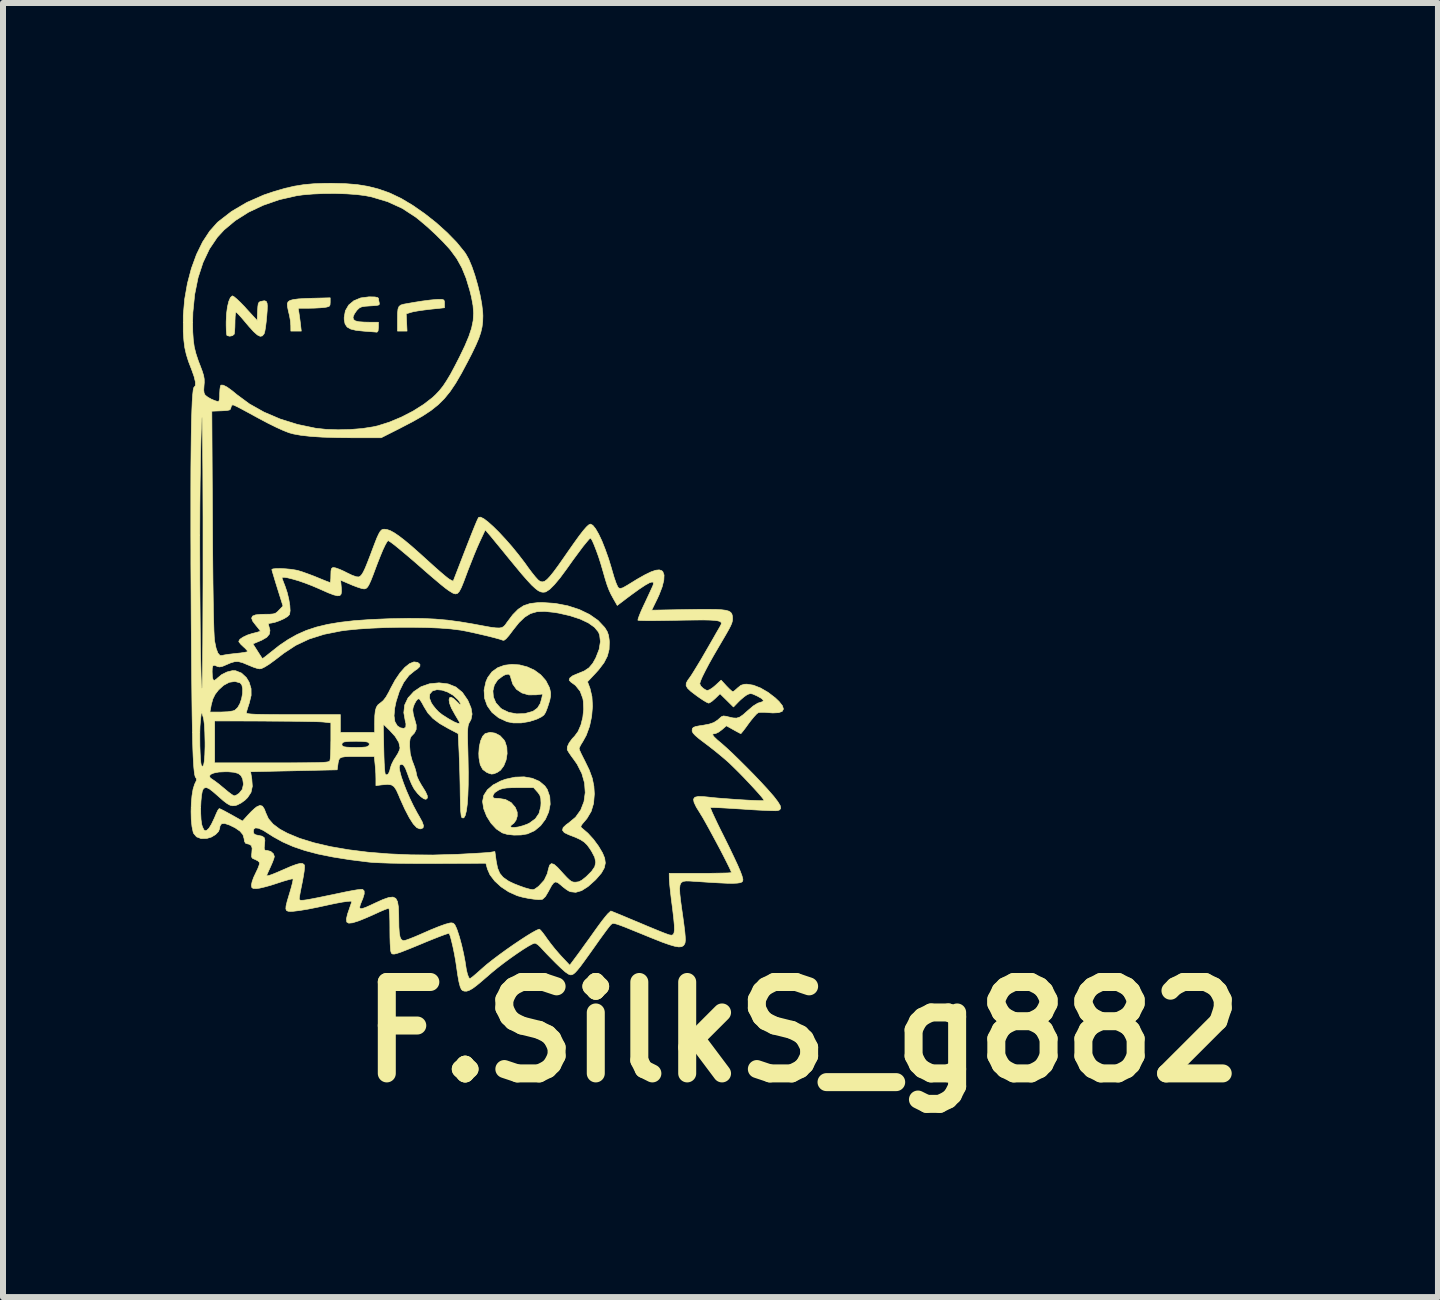
<source format=kicad_pcb>
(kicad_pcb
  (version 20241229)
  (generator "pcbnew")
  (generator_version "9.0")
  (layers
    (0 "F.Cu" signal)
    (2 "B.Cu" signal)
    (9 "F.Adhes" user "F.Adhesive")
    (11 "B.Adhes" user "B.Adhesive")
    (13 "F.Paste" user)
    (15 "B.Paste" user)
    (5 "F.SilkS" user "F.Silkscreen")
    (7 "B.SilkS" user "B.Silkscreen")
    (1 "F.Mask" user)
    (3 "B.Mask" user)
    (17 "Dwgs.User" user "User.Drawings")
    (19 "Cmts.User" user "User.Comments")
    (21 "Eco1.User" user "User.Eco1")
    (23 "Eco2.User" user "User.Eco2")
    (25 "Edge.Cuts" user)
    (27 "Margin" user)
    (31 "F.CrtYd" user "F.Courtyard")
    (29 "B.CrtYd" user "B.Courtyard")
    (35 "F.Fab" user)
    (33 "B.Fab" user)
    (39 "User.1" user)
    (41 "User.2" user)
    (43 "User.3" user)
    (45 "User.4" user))
  (footprint "F.SilkS_g882"
    (layer "F.Cu")
    (at 10.328 14.153)
    (property "Reference" "F.SilkS_g882" (at 0 0 0) (layer "F.SilkS") (effects (font (size 1.524 1.524) (thickness 0.3))))
    (attr through_hole)
    (fp_poly (pts (xy -5.123 -4.982) (xy -5.041 -4.938) (xy -4.975 -4.866) (xy -4.96 -4.84) (xy -4.93 -4.746) (xy -4.925 -4.641) (xy -4.942 -4.535) (xy -4.98 -4.439) (xy -5.035 -4.365) (xy -5.091 -4.327) (xy -5.146 -4.305) (xy -5.184 -4.3) (xy -5.226 -4.312) (xy -5.266 -4.329) (xy -5.331 -4.377) (xy -5.373 -4.455) (xy -5.394 -4.568) (xy -5.397 -4.645) (xy -5.389 -4.756) (xy -5.367 -4.854) (xy -5.333 -4.93) (xy -5.292 -4.974) (xy -5.291 -4.975) (xy -5.209 -4.996) (xy -5.123 -4.982)) (stroke (width 0.01) (type solid)) (fill yes) (layer "F.SilkS"))
    (fp_poly (pts (xy -6.009 -12.212) (xy -5.979 -12.202) (xy -5.97 -12.177) (xy -5.969 -12.143) (xy -5.969 -12.073) (xy -6.207 -12.048) (xy -6.312 -12.035) (xy -6.41 -12.021) (xy -6.488 -12.007) (xy -6.526 -11.997) (xy -6.607 -11.972) (xy -6.6 -11.828) (xy -6.593 -11.684) (xy -6.752 -11.684) (xy -6.752 -11.882) (xy -6.751 -11.985) (xy -6.744 -12.052) (xy -6.727 -12.094) (xy -6.698 -12.118) (xy -6.652 -12.132) (xy -6.636 -12.135) (xy -6.477 -12.163) (xy -6.331 -12.186) (xy -6.206 -12.202) (xy -6.11 -12.211) (xy -6.07 -12.213) (xy -6.009 -12.212)) (stroke (width 0.01) (type solid)) (fill yes) (layer "F.SilkS"))
    (fp_poly (pts (xy -7.874 -12.165) (xy -7.877 -12.12) (xy -7.892 -12.097) (xy -7.93 -12.085) (xy -7.972 -12.078) (xy -8.043 -12.072) (xy -8.137 -12.067) (xy -8.234 -12.065) (xy -8.239 -12.065) (xy -8.408 -12.065) (xy -8.396 -11.996) (xy -8.387 -11.935) (xy -8.376 -11.855) (xy -8.37 -11.806) (xy -8.356 -11.684) (xy -8.53 -11.684) (xy -8.531 -11.774) (xy -8.537 -11.856) (xy -8.552 -11.94) (xy -8.554 -11.949) (xy -8.572 -12.022) (xy -8.586 -12.092) (xy -8.587 -12.1) (xy -8.589 -12.141) (xy -8.576 -12.172) (xy -8.544 -12.195) (xy -8.488 -12.21) (xy -8.402 -12.221) (xy -8.282 -12.228) (xy -8.186 -12.231) (xy -7.874 -12.239) (xy -7.874 -12.165)) (stroke (width 0.01) (type solid)) (fill yes) (layer "F.SilkS"))
    (fp_poly (pts (xy -7.128 -12.253) (xy -7.082 -12.243) (xy -7.069 -12.229) (xy -7.064 -12.188) (xy -7.057 -12.157) (xy -7.054 -12.134) (xy -7.064 -12.12) (xy -7.096 -12.112) (xy -7.158 -12.107) (xy -7.208 -12.104) (xy -7.292 -12.098) (xy -7.346 -12.089) (xy -7.384 -12.073) (xy -7.416 -12.044) (xy -7.432 -12.027) (xy -7.47 -11.973) (xy -7.492 -11.921) (xy -7.493 -11.909) (xy -7.484 -11.876) (xy -7.454 -11.854) (xy -7.397 -11.84) (xy -7.308 -11.834) (xy -7.215 -11.832) (xy -7.07 -11.832) (xy -7.07 -11.748) (xy -7.076 -11.687) (xy -7.094 -11.666) (xy -7.096 -11.666) (xy -7.128 -11.669) (xy -7.191 -11.674) (xy -7.274 -11.68) (xy -7.313 -11.683) (xy -7.441 -11.696) (xy -7.532 -11.718) (xy -7.592 -11.752) (xy -7.626 -11.803) (xy -7.64 -11.873) (xy -7.641 -11.91) (xy -7.621 -12.023) (xy -7.566 -12.118) (xy -7.48 -12.19) (xy -7.366 -12.237) (xy -7.229 -12.255) (xy -7.213 -12.255) (xy -7.128 -12.253)) (stroke (width 0.01) (type solid)) (fill yes) (layer "F.SilkS"))
    (fp_poly (pts (xy -9.478 -12.258) (xy -9.431 -12.219) (xy -9.369 -12.16) (xy -9.297 -12.086) (xy -9.282 -12.068) (xy -9.091 -11.86) (xy -9.085 -12.013) (xy -9.08 -12.094) (xy -9.073 -12.141) (xy -9.059 -12.166) (xy -9.036 -12.178) (xy -9.032 -12.179) (xy -8.973 -12.19) (xy -8.942 -12.181) (xy -8.926 -12.149) (xy -8.926 -12.149) (xy -8.922 -12.105) (xy -8.924 -12.032) (xy -8.931 -11.941) (xy -8.94 -11.845) (xy -8.951 -11.755) (xy -8.963 -11.683) (xy -8.975 -11.641) (xy -8.976 -11.639) (xy -9.005 -11.604) (xy -9.041 -11.597) (xy -9.088 -11.62) (xy -9.149 -11.674) (xy -9.229 -11.762) (xy -9.261 -11.8) (xy -9.326 -11.877) (xy -9.382 -11.941) (xy -9.423 -11.984) (xy -9.444 -12.001) (xy -9.444 -12.002) (xy -9.452 -11.982) (xy -9.458 -11.93) (xy -9.461 -11.856) (xy -9.461 -11.834) (xy -9.463 -11.75) (xy -9.467 -11.68) (xy -9.473 -11.637) (xy -9.474 -11.633) (xy -9.503 -11.608) (xy -9.549 -11.599) (xy -9.59 -11.609) (xy -9.596 -11.613) (xy -9.601 -11.639) (xy -9.606 -11.698) (xy -9.608 -11.779) (xy -9.608 -11.841) (xy -9.602 -11.971) (xy -9.587 -12.086) (xy -9.565 -12.178) (xy -9.538 -12.242) (xy -9.506 -12.271) (xy -9.504 -12.271) (xy -9.478 -12.258)) (stroke (width 0.01) (type solid)) (fill yes) (layer "F.SilkS"))
    (fp_poly (pts (xy -4.717 -6.12) (xy -4.59 -6.087) (xy -4.47 -6.032) (xy -4.365 -5.955) (xy -4.28 -5.859) (xy -4.221 -5.744) (xy -4.212 -5.713) (xy -4.2 -5.655) (xy -4.201 -5.598) (xy -4.214 -5.529) (xy -4.243 -5.438) (xy -4.258 -5.394) (xy -4.284 -5.328) (xy -4.311 -5.286) (xy -4.351 -5.255) (xy -4.417 -5.222) (xy -4.426 -5.218) (xy -4.553 -5.176) (xy -4.691 -5.153) (xy -4.823 -5.153) (xy -4.925 -5.173) (xy -5.066 -5.238) (xy -5.177 -5.328) (xy -5.256 -5.439) (xy -5.301 -5.565) (xy -5.308 -5.686) (xy -5.162 -5.686) (xy -5.154 -5.585) (xy -5.112 -5.487) (xy -5.037 -5.403) (xy -5.01 -5.382) (xy -4.898 -5.329) (xy -4.767 -5.304) (xy -4.632 -5.308) (xy -4.506 -5.343) (xy -4.487 -5.351) (xy -4.419 -5.401) (xy -4.372 -5.477) (xy -4.347 -5.567) (xy -4.333 -5.635) (xy -4.439 -5.621) (xy -4.567 -5.62) (xy -4.678 -5.652) (xy -4.769 -5.713) (xy -4.831 -5.8) (xy -4.857 -5.883) (xy -4.874 -5.943) (xy -4.903 -5.967) (xy -4.951 -5.958) (xy -4.991 -5.939) (xy -5.081 -5.872) (xy -5.138 -5.785) (xy -5.162 -5.686) (xy -5.308 -5.686) (xy -5.309 -5.7) (xy -5.278 -5.84) (xy -5.248 -5.909) (xy -5.177 -6.005) (xy -5.082 -6.073) (xy -4.97 -6.114) (xy -4.846 -6.129) (xy -4.717 -6.12)) (stroke (width 0.01) (type solid)) (fill yes) (layer "F.SilkS"))
    (fp_poly (pts (xy -4.505 -4.23) (xy -4.387 -4.179) (xy -4.296 -4.102) (xy -4.256 -4.045) (xy -4.214 -3.925) (xy -4.207 -3.797) (xy -4.232 -3.669) (xy -4.286 -3.548) (xy -4.366 -3.441) (xy -4.467 -3.357) (xy -4.587 -3.303) (xy -4.588 -3.303) (xy -4.694 -3.285) (xy -4.812 -3.283) (xy -4.923 -3.295) (xy -5.006 -3.32) (xy -5.104 -3.385) (xy -5.193 -3.481) (xy -5.266 -3.597) (xy -5.315 -3.721) (xy -5.334 -3.842) (xy -5.334 -3.845) (xy -5.32 -3.913) (xy -5.161 -3.913) (xy -5.143 -3.899) (xy -5.098 -3.895) (xy -5.07 -3.895) (xy -4.954 -3.877) (xy -4.858 -3.825) (xy -4.789 -3.745) (xy -4.757 -3.666) (xy -4.756 -3.599) (xy -4.777 -3.531) (xy -4.814 -3.48) (xy -4.828 -3.47) (xy -4.861 -3.443) (xy -4.868 -3.425) (xy -4.85 -3.411) (xy -4.803 -3.41) (xy -4.737 -3.419) (xy -4.662 -3.439) (xy -4.59 -3.465) (xy -4.553 -3.483) (xy -4.454 -3.555) (xy -4.392 -3.647) (xy -4.363 -3.763) (xy -4.36 -3.818) (xy -4.364 -3.894) (xy -4.379 -3.946) (xy -4.411 -3.993) (xy -4.422 -4.005) (xy -4.484 -4.075) (xy -4.734 -4.075) (xy -4.85 -4.073) (xy -4.932 -4.069) (xy -4.993 -4.06) (xy -5.041 -4.045) (xy -5.069 -4.032) (xy -5.135 -3.988) (xy -5.161 -3.942) (xy -5.161 -3.913) (xy -5.32 -3.913) (xy -5.314 -3.945) (xy -5.254 -4.038) (xy -5.159 -4.119) (xy -5.032 -4.185) (xy -4.953 -4.214) (xy -4.793 -4.249) (xy -4.642 -4.254) (xy -4.505 -4.23)) (stroke (width 0.01) (type solid)) (fill yes) (layer "F.SilkS"))
    (fp_poly (pts (xy -7.624 -14.142) (xy -7.425 -14.126) (xy -7.246 -14.097) (xy -7.076 -14.054) (xy -6.903 -13.994) (xy -6.869 -13.98) (xy -6.689 -13.894) (xy -6.497 -13.779) (xy -6.3 -13.642) (xy -6.106 -13.489) (xy -5.926 -13.327) (xy -5.766 -13.163) (xy -5.636 -13.003) (xy -5.615 -12.973) (xy -5.564 -12.882) (xy -5.512 -12.758) (xy -5.462 -12.612) (xy -5.416 -12.453) (xy -5.377 -12.292) (xy -5.348 -12.137) (xy -5.332 -12) (xy -5.329 -11.938) (xy -5.332 -11.842) (xy -5.343 -11.752) (xy -5.364 -11.661) (xy -5.398 -11.561) (xy -5.448 -11.445) (xy -5.515 -11.306) (xy -5.582 -11.176) (xy -5.687 -10.979) (xy -5.783 -10.814) (xy -5.876 -10.676) (xy -5.971 -10.559) (xy -6.075 -10.456) (xy -6.194 -10.361) (xy -6.334 -10.269) (xy -6.501 -10.174) (xy -6.701 -10.07) (xy -6.714 -10.063) (xy -7.025 -9.906) (xy -7.486 -9.906) (xy -7.763 -9.909) (xy -8 -9.916) (xy -8.199 -9.929) (xy -8.361 -9.947) (xy -8.488 -9.97) (xy -8.561 -9.99) (xy -8.655 -10.027) (xy -8.77 -10.079) (xy -8.91 -10.148) (xy -9.078 -10.237) (xy -9.252 -10.332) (xy -9.341 -10.38) (xy -9.417 -10.42) (xy -9.472 -10.446) (xy -9.499 -10.456) (xy -9.499 -10.456) (xy -9.52 -10.438) (xy -9.529 -10.409) (xy -9.536 -10.384) (xy -9.554 -10.369) (xy -9.594 -10.361) (xy -9.664 -10.356) (xy -9.691 -10.355) (xy -9.847 -10.349) (xy -9.836 -8.513) (xy -9.834 -8.13) (xy -9.831 -7.789) (xy -9.828 -7.489) (xy -9.824 -7.23) (xy -9.821 -7.011) (xy -9.816 -6.832) (xy -9.812 -6.693) (xy -9.807 -6.592) (xy -9.802 -6.529) (xy -9.801 -6.519) (xy -9.776 -6.398) (xy -9.746 -6.317) (xy -9.711 -6.277) (xy -9.677 -6.277) (xy -9.641 -6.285) (xy -9.574 -6.296) (xy -9.489 -6.306) (xy -9.453 -6.31) (xy -9.368 -6.319) (xy -9.3 -6.329) (xy -9.259 -6.338) (xy -9.252 -6.341) (xy -9.259 -6.361) (xy -9.292 -6.397) (xy -9.319 -6.421) (xy -9.365 -6.465) (xy -9.369 -6.47) (xy -9.162 -6.47) (xy -9.087 -6.352) (xy -9.048 -6.291) (xy -9.018 -6.245) (xy -9.005 -6.226) (xy -8.987 -6.235) (xy -8.945 -6.266) (xy -8.887 -6.313) (xy -8.865 -6.33) (xy -8.72 -6.445) (xy -8.576 -6.542) (xy -8.429 -6.625) (xy -8.274 -6.694) (xy -8.105 -6.75) (xy -7.919 -6.795) (xy -7.711 -6.83) (xy -7.476 -6.857) (xy -7.21 -6.876) (xy -6.907 -6.889) (xy -6.837 -6.891) (xy -6.572 -6.896) (xy -6.338 -6.894) (xy -6.124 -6.884) (xy -5.918 -6.866) (xy -5.71 -6.838) (xy -5.488 -6.801) (xy -5.452 -6.794) (xy -5.306 -6.767) (xy -5.195 -6.747) (xy -5.113 -6.737) (xy -5.055 -6.735) (xy -5.013 -6.742) (xy -4.982 -6.76) (xy -4.956 -6.787) (xy -4.929 -6.826) (xy -4.926 -6.83) (xy -4.831 -6.956) (xy -4.741 -7.047) (xy -4.648 -7.108) (xy -4.542 -7.143) (xy -4.415 -7.158) (xy -4.339 -7.16) (xy -4.122 -7.145) (xy -3.914 -7.105) (xy -3.722 -7.043) (xy -3.552 -6.961) (xy -3.409 -6.861) (xy -3.301 -6.746) (xy -3.293 -6.735) (xy -3.256 -6.674) (xy -3.234 -6.612) (xy -3.223 -6.533) (xy -3.221 -6.499) (xy -3.225 -6.378) (xy -3.254 -6.266) (xy -3.311 -6.155) (xy -3.401 -6.037) (xy -3.451 -5.982) (xy -3.585 -5.839) (xy -3.544 -5.73) (xy -3.511 -5.591) (xy -3.502 -5.431) (xy -3.516 -5.262) (xy -3.551 -5.096) (xy -3.606 -4.946) (xy -3.661 -4.846) (xy -3.697 -4.788) (xy -3.72 -4.742) (xy -3.725 -4.725) (xy -3.716 -4.696) (xy -3.69 -4.639) (xy -3.653 -4.565) (xy -3.632 -4.524) (xy -3.556 -4.368) (xy -3.506 -4.231) (xy -3.479 -4.099) (xy -3.471 -3.969) (xy -3.484 -3.811) (xy -3.524 -3.678) (xy -3.594 -3.56) (xy -3.625 -3.523) (xy -3.672 -3.468) (xy -3.694 -3.435) (xy -3.694 -3.415) (xy -3.676 -3.398) (xy -3.671 -3.394) (xy -3.579 -3.315) (xy -3.486 -3.213) (xy -3.402 -3.099) (xy -3.335 -2.986) (xy -3.299 -2.899) (xy -3.288 -2.818) (xy -3.305 -2.737) (xy -3.353 -2.651) (xy -3.436 -2.554) (xy -3.458 -2.531) (xy -3.577 -2.425) (xy -3.684 -2.357) (xy -3.781 -2.329) (xy -3.87 -2.339) (xy -3.901 -2.353) (xy -3.944 -2.381) (xy -4.001 -2.425) (xy -4.028 -2.449) (xy -4.077 -2.488) (xy -4.115 -2.503) (xy -4.148 -2.488) (xy -4.183 -2.443) (xy -4.227 -2.362) (xy -4.235 -2.346) (xy -4.286 -2.26) (xy -4.332 -2.216) (xy -4.345 -2.211) (xy -4.399 -2.208) (xy -4.48 -2.215) (xy -4.575 -2.229) (xy -4.672 -2.249) (xy -4.757 -2.273) (xy -4.764 -2.276) (xy -4.901 -2.338) (xy -5.026 -2.421) (xy -5.132 -2.518) (xy -5.211 -2.622) (xy -5.253 -2.718) (xy -5.279 -2.814) (xy -6.137 -2.81) (xy -6.416 -2.81) (xy -6.659 -2.812) (xy -6.866 -2.815) (xy -7.035 -2.821) (xy -7.164 -2.827) (xy -7.228 -2.833) (xy -7.548 -2.873) (xy -7.83 -2.918) (xy -8.078 -2.968) (xy -8.297 -3.026) (xy -8.491 -3.092) (xy -8.664 -3.168) (xy -8.82 -3.254) (xy -8.883 -3.294) (xy -8.989 -3.361) (xy -9.068 -3.397) (xy -9.12 -3.403) (xy -9.148 -3.381) (xy -9.155 -3.345) (xy -9.147 -3.308) (xy -9.117 -3.288) (xy -9.08 -3.28) (xy -9.01 -3.265) (xy -8.974 -3.241) (xy -8.963 -3.198) (xy -8.968 -3.132) (xy -8.974 -3.07) (xy -8.97 -3.039) (xy -8.952 -3.028) (xy -8.926 -3.027) (xy -8.865 -3.011) (xy -8.82 -2.971) (xy -8.805 -2.925) (xy -8.814 -2.889) (xy -8.837 -2.828) (xy -8.869 -2.755) (xy -8.869 -2.755) (xy -8.9 -2.687) (xy -8.923 -2.636) (xy -8.932 -2.613) (xy -8.932 -2.612) (xy -8.924 -2.604) (xy -8.896 -2.609) (xy -8.843 -2.627) (xy -8.762 -2.66) (xy -8.649 -2.709) (xy -8.527 -2.762) (xy -8.437 -2.795) (xy -8.374 -2.811) (xy -8.334 -2.809) (xy -8.31 -2.792) (xy -8.303 -2.779) (xy -8.302 -2.745) (xy -8.308 -2.679) (xy -8.322 -2.592) (xy -8.337 -2.509) (xy -8.357 -2.411) (xy -8.374 -2.325) (xy -8.385 -2.261) (xy -8.389 -2.233) (xy -8.39 -2.218) (xy -8.387 -2.206) (xy -8.376 -2.199) (xy -8.353 -2.196) (xy -8.315 -2.198) (xy -8.257 -2.206) (xy -8.176 -2.221) (xy -8.068 -2.242) (xy -7.929 -2.271) (xy -7.755 -2.307) (xy -7.613 -2.337) (xy -7.514 -2.356) (xy -7.427 -2.371) (xy -7.364 -2.378) (xy -7.333 -2.378) (xy -7.308 -2.352) (xy -7.307 -2.302) (xy -7.331 -2.223) (xy -7.345 -2.191) (xy -7.372 -2.124) (xy -7.383 -2.08) (xy -7.375 -2.058) (xy -7.342 -2.058) (xy -7.282 -2.078) (xy -7.191 -2.119) (xy -7.123 -2.151) (xy -6.995 -2.209) (xy -6.898 -2.243) (xy -6.828 -2.25) (xy -6.781 -2.228) (xy -6.752 -2.174) (xy -6.737 -2.084) (xy -6.732 -1.957) (xy -6.731 -1.891) (xy -6.729 -1.752) (xy -6.722 -1.651) (xy -6.709 -1.582) (xy -6.689 -1.542) (xy -6.66 -1.525) (xy -6.647 -1.524) (xy -6.611 -1.532) (xy -6.547 -1.555) (xy -6.464 -1.588) (xy -6.387 -1.621) (xy -6.207 -1.7) (xy -6.062 -1.759) (xy -5.953 -1.798) (xy -5.878 -1.818) (xy -5.854 -1.82) (xy -5.822 -1.814) (xy -5.797 -1.789) (xy -5.771 -1.735) (xy -5.757 -1.699) (xy -5.72 -1.586) (xy -5.683 -1.449) (xy -5.65 -1.305) (xy -5.625 -1.174) (xy -5.619 -1.132) (xy -5.604 -1.038) (xy -5.585 -0.96) (xy -5.564 -0.908) (xy -5.546 -0.889) (xy -5.525 -0.903) (xy -5.479 -0.939) (xy -5.415 -0.994) (xy -5.341 -1.06) (xy -5.341 -1.06) (xy -5.265 -1.126) (xy -5.169 -1.202) (xy -5.059 -1.285) (xy -4.942 -1.37) (xy -4.822 -1.454) (xy -4.706 -1.532) (xy -4.6 -1.601) (xy -4.508 -1.657) (xy -4.437 -1.696) (xy -4.393 -1.714) (xy -4.387 -1.714) (xy -4.367 -1.698) (xy -4.331 -1.655) (xy -4.284 -1.592) (xy -4.266 -1.565) (xy -4.201 -1.477) (xy -4.122 -1.378) (xy -4.041 -1.285) (xy -4.022 -1.264) (xy -3.881 -1.114) (xy -3.764 -1.271) (xy -3.706 -1.35) (xy -3.633 -1.452) (xy -3.553 -1.562) (xy -3.477 -1.669) (xy -3.473 -1.675) (xy -3.406 -1.768) (xy -3.343 -1.853) (xy -3.29 -1.92) (xy -3.254 -1.963) (xy -3.248 -1.97) (xy -3.196 -2.018) (xy -3.053 -1.96) (xy -2.983 -1.931) (xy -2.884 -1.889) (xy -2.768 -1.841) (xy -2.647 -1.79) (xy -2.593 -1.767) (xy -2.481 -1.721) (xy -2.379 -1.679) (xy -2.295 -1.646) (xy -2.237 -1.625) (xy -2.218 -1.619) (xy -2.183 -1.614) (xy -2.158 -1.624) (xy -2.143 -1.652) (xy -2.136 -1.703) (xy -2.138 -1.781) (xy -2.148 -1.891) (xy -2.165 -2.037) (xy -2.171 -2.085) (xy -2.188 -2.214) (xy -2.202 -2.335) (xy -2.213 -2.439) (xy -2.22 -2.517) (xy -2.222 -2.556) (xy -2.223 -2.646) (xy -1.704 -2.646) (xy -1.561 -2.646) (xy -1.433 -2.648) (xy -1.326 -2.65) (xy -1.245 -2.652) (xy -1.197 -2.656) (xy -1.185 -2.658) (xy -1.195 -2.686) (xy -1.222 -2.744) (xy -1.263 -2.827) (xy -1.314 -2.928) (xy -1.373 -3.042) (xy -1.437 -3.162) (xy -1.501 -3.281) (xy -1.563 -3.395) (xy -1.619 -3.496) (xy -1.666 -3.579) (xy -1.702 -3.637) (xy -1.703 -3.64) (xy -1.771 -3.749) (xy -1.809 -3.829) (xy -1.818 -3.882) (xy -1.795 -3.914) (xy -1.739 -3.927) (xy -1.648 -3.924) (xy -1.584 -3.918) (xy -1.495 -3.908) (xy -1.385 -3.898) (xy -1.263 -3.889) (xy -1.134 -3.879) (xy -1.007 -3.871) (xy -0.889 -3.864) (xy -0.786 -3.86) (xy -0.706 -3.857) (xy -0.656 -3.857) (xy -0.642 -3.859) (xy -0.651 -3.879) (xy -0.685 -3.922) (xy -0.74 -3.986) (xy -0.81 -4.063) (xy -0.891 -4.15) (xy -0.977 -4.241) (xy -1.064 -4.33) (xy -1.148 -4.413) (xy -1.222 -4.485) (xy -1.268 -4.526) (xy -1.355 -4.6) (xy -1.461 -4.687) (xy -1.57 -4.772) (xy -1.635 -4.821) (xy -1.727 -4.891) (xy -1.788 -4.943) (xy -1.824 -4.982) (xy -1.84 -5.012) (xy -1.841 -5.026) (xy -1.838 -5.057) (xy -1.82 -5.078) (xy -1.781 -5.093) (xy -1.713 -5.106) (xy -1.662 -5.113) (xy -1.557 -5.133) (xy -1.48 -5.159) (xy -1.418 -5.199) (xy -1.391 -5.223) (xy -1.352 -5.257) (xy -1.319 -5.269) (xy -1.272 -5.263) (xy -1.238 -5.254) (xy -1.159 -5.236) (xy -1.1 -5.233) (xy -1.047 -5.25) (xy -0.99 -5.29) (xy -0.918 -5.354) (xy -0.823 -5.435) (xy -0.747 -5.482) (xy -0.709 -5.494) (xy -0.662 -5.509) (xy -0.654 -5.53) (xy -0.683 -5.56) (xy -0.752 -5.599) (xy -0.773 -5.609) (xy -0.832 -5.635) (xy -0.871 -5.642) (xy -0.907 -5.631) (xy -0.925 -5.623) (xy -0.974 -5.589) (xy -1.034 -5.538) (xy -1.068 -5.505) (xy -1.152 -5.418) (xy -1.264 -5.529) (xy -1.376 -5.639) (xy -1.456 -5.561) (xy -1.507 -5.516) (xy -1.55 -5.488) (xy -1.567 -5.483) (xy -1.596 -5.495) (xy -1.651 -5.527) (xy -1.721 -5.574) (xy -1.773 -5.611) (xy -1.861 -5.678) (xy -1.916 -5.73) (xy -1.941 -5.774) (xy -1.939 -5.817) (xy -1.912 -5.866) (xy -1.886 -5.901) (xy -1.856 -5.944) (xy -1.81 -6.017) (xy -1.752 -6.112) (xy -1.686 -6.221) (xy -1.618 -6.339) (xy -1.618 -6.339) (xy -1.551 -6.455) (xy -1.49 -6.561) (xy -1.439 -6.651) (xy -1.4 -6.718) (xy -1.378 -6.756) (xy -1.378 -6.757) (xy -1.362 -6.785) (xy -1.354 -6.809) (xy -1.358 -6.828) (xy -1.375 -6.843) (xy -1.41 -6.854) (xy -1.466 -6.862) (xy -1.546 -6.867) (xy -1.654 -6.869) (xy -1.792 -6.868) (xy -1.965 -6.866) (xy -2.175 -6.862) (xy -2.291 -6.86) (xy -2.423 -6.858) (xy -2.541 -6.857) (xy -2.638 -6.858) (xy -2.707 -6.86) (xy -2.742 -6.864) (xy -2.745 -6.865) (xy -2.741 -6.888) (xy -2.722 -6.942) (xy -2.69 -7.02) (xy -2.647 -7.114) (xy -2.63 -7.149) (xy -2.583 -7.25) (xy -2.542 -7.338) (xy -2.51 -7.408) (xy -2.492 -7.449) (xy -2.49 -7.455) (xy -2.486 -7.491) (xy -2.506 -7.503) (xy -2.552 -7.489) (xy -2.624 -7.449) (xy -2.725 -7.382) (xy -2.855 -7.288) (xy -2.926 -7.235) (xy -3.089 -7.111) (xy -3.153 -7.223) (xy -3.193 -7.296) (xy -3.226 -7.367) (xy -3.257 -7.448) (xy -3.289 -7.549) (xy -3.326 -7.679) (xy -3.332 -7.699) (xy -3.365 -7.812) (xy -3.401 -7.924) (xy -3.439 -8.029) (xy -3.474 -8.119) (xy -3.504 -8.188) (xy -3.527 -8.227) (xy -3.535 -8.234) (xy -3.557 -8.217) (xy -3.599 -8.168) (xy -3.661 -8.092) (xy -3.737 -7.99) (xy -3.828 -7.867) (xy -3.928 -7.726) (xy -3.936 -7.715) (xy -4.044 -7.569) (xy -4.138 -7.457) (xy -4.215 -7.38) (xy -4.276 -7.34) (xy -4.289 -7.335) (xy -4.326 -7.331) (xy -4.363 -7.337) (xy -4.406 -7.357) (xy -4.455 -7.395) (xy -4.516 -7.451) (xy -4.59 -7.531) (xy -4.682 -7.636) (xy -4.793 -7.77) (xy -4.896 -7.895) (xy -4.982 -8.001) (xy -5.064 -8.101) (xy -5.135 -8.187) (xy -5.19 -8.255) (xy -5.225 -8.296) (xy -5.226 -8.297) (xy -5.289 -8.371) (xy -5.383 -8.17) (xy -5.424 -8.078) (xy -5.474 -7.958) (xy -5.527 -7.824) (xy -5.58 -7.69) (xy -5.6 -7.636) (xy -5.649 -7.505) (xy -5.688 -7.409) (xy -5.721 -7.346) (xy -5.752 -7.312) (xy -5.785 -7.303) (xy -5.825 -7.314) (xy -5.875 -7.344) (xy -5.907 -7.365) (xy -5.952 -7.398) (xy -6.022 -7.454) (xy -6.11 -7.528) (xy -6.21 -7.613) (xy -6.315 -7.704) (xy -6.329 -7.717) (xy -6.471 -7.841) (xy -6.599 -7.95) (xy -6.709 -8.042) (xy -6.798 -8.115) (xy -6.863 -8.164) (xy -6.902 -8.189) (xy -6.909 -8.191) (xy -6.927 -8.172) (xy -6.957 -8.119) (xy -6.996 -8.037) (xy -7.04 -7.931) (xy -7.088 -7.809) (xy -7.111 -7.748) (xy -7.159 -7.619) (xy -7.196 -7.525) (xy -7.226 -7.46) (xy -7.25 -7.419) (xy -7.273 -7.397) (xy -7.297 -7.388) (xy -7.312 -7.387) (xy -7.354 -7.395) (xy -7.422 -7.417) (xy -7.504 -7.448) (xy -7.531 -7.46) (xy -7.7 -7.532) (xy -7.689 -7.41) (xy -7.686 -7.345) (xy -7.692 -7.301) (xy -7.713 -7.276) (xy -7.753 -7.272) (xy -7.815 -7.287) (xy -7.905 -7.321) (xy -8.027 -7.375) (xy -8.072 -7.395) (xy -8.18 -7.441) (xy -8.292 -7.484) (xy -8.401 -7.522) (xy -8.501 -7.551) (xy -8.585 -7.572) (xy -8.645 -7.581) (xy -8.676 -7.576) (xy -8.678 -7.571) (xy -8.671 -7.55) (xy -8.653 -7.5) (xy -8.627 -7.434) (xy -8.591 -7.327) (xy -8.564 -7.215) (xy -8.547 -7.111) (xy -8.542 -7.023) (xy -8.551 -6.963) (xy -8.553 -6.959) (xy -8.584 -6.927) (xy -8.643 -6.891) (xy -8.718 -6.857) (xy -8.795 -6.83) (xy -8.862 -6.816) (xy -8.876 -6.816) (xy -8.904 -6.806) (xy -8.9 -6.779) (xy -8.878 -6.698) (xy -8.887 -6.634) (xy -8.932 -6.58) (xy -9.015 -6.532) (xy -9.046 -6.519) (xy -9.162 -6.47) (xy -9.369 -6.47) (xy -9.394 -6.502) (xy -9.398 -6.514) (xy -9.379 -6.547) (xy -9.328 -6.582) (xy -9.255 -6.617) (xy -9.169 -6.645) (xy -9.15 -6.649) (xy -9.088 -6.665) (xy -9.047 -6.678) (xy -9.038 -6.683) (xy -9.051 -6.703) (xy -9.083 -6.744) (xy -9.112 -6.779) (xy -9.165 -6.848) (xy -9.184 -6.899) (xy -9.169 -6.933) (xy -9.117 -6.954) (xy -9.027 -6.963) (xy -8.964 -6.964) (xy -8.878 -6.965) (xy -8.822 -6.97) (xy -8.785 -6.982) (xy -8.753 -7.006) (xy -8.727 -7.033) (xy -8.661 -7.101) (xy -8.754 -7.398) (xy -8.787 -7.504) (xy -8.814 -7.595) (xy -8.835 -7.664) (xy -8.846 -7.704) (xy -8.847 -7.71) (xy -8.828 -7.72) (xy -8.777 -7.725) (xy -8.705 -7.726) (xy -8.62 -7.722) (xy -8.533 -7.714) (xy -8.455 -7.702) (xy -8.415 -7.694) (xy -8.34 -7.671) (xy -8.242 -7.636) (xy -8.138 -7.597) (xy -8.09 -7.577) (xy -8.005 -7.542) (xy -7.935 -7.514) (xy -7.889 -7.497) (xy -7.875 -7.493) (xy -7.868 -7.512) (xy -7.864 -7.562) (xy -7.863 -7.615) (xy -7.861 -7.684) (xy -7.854 -7.722) (xy -7.837 -7.739) (xy -7.819 -7.743) (xy -7.781 -7.736) (xy -7.717 -7.713) (xy -7.639 -7.678) (xy -7.609 -7.662) (xy -7.511 -7.615) (xy -7.438 -7.589) (xy -7.398 -7.586) (xy -7.374 -7.598) (xy -7.35 -7.623) (xy -7.323 -7.666) (xy -7.291 -7.733) (xy -7.252 -7.829) (xy -7.202 -7.958) (xy -7.184 -8.007) (xy -7.134 -8.139) (xy -7.096 -8.236) (xy -7.065 -8.303) (xy -7.04 -8.346) (xy -7.017 -8.37) (xy -6.994 -8.38) (xy -6.973 -8.382) (xy -6.925 -8.376) (xy -6.871 -8.357) (xy -6.807 -8.322) (xy -6.729 -8.269) (xy -6.634 -8.196) (xy -6.519 -8.1) (xy -6.381 -7.978) (xy -6.223 -7.835) (xy -6.128 -7.749) (xy -6.04 -7.672) (xy -5.965 -7.608) (xy -5.909 -7.563) (xy -5.881 -7.544) (xy -5.824 -7.515) (xy -5.724 -7.774) (xy -5.639 -7.994) (xy -5.568 -8.176) (xy -5.51 -8.323) (xy -5.465 -8.434) (xy -5.432 -8.513) (xy -5.409 -8.562) (xy -5.398 -8.58) (xy -5.367 -8.583) (xy -5.313 -8.556) (xy -5.242 -8.502) (xy -5.156 -8.425) (xy -5.059 -8.329) (xy -4.954 -8.216) (xy -4.845 -8.092) (xy -4.736 -7.958) (xy -4.63 -7.82) (xy -4.574 -7.741) (xy -4.514 -7.661) (xy -4.458 -7.591) (xy -4.413 -7.541) (xy -4.392 -7.523) (xy -4.362 -7.507) (xy -4.331 -7.504) (xy -4.297 -7.515) (xy -4.258 -7.545) (xy -4.209 -7.597) (xy -4.148 -7.673) (xy -4.072 -7.776) (xy -3.978 -7.91) (xy -3.915 -8.001) (xy -3.809 -8.152) (xy -3.724 -8.27) (xy -3.656 -8.358) (xy -3.604 -8.418) (xy -3.566 -8.453) (xy -3.538 -8.466) (xy -3.535 -8.467) (xy -3.497 -8.447) (xy -3.451 -8.39) (xy -3.4 -8.302) (xy -3.345 -8.186) (xy -3.29 -8.047) (xy -3.234 -7.89) (xy -3.182 -7.719) (xy -3.176 -7.696) (xy -3.141 -7.577) (xy -3.109 -7.485) (xy -3.082 -7.424) (xy -3.065 -7.401) (xy -3.036 -7.394) (xy -2.994 -7.406) (xy -2.931 -7.442) (xy -2.917 -7.45) (xy -2.758 -7.548) (xy -2.629 -7.621) (xy -2.526 -7.671) (xy -2.448 -7.698) (xy -2.389 -7.704) (xy -2.347 -7.69) (xy -2.33 -7.675) (xy -2.309 -7.618) (xy -2.313 -7.532) (xy -2.341 -7.42) (xy -2.392 -7.288) (xy -2.418 -7.231) (xy -2.515 -7.032) (xy -1.929 -7.043) (xy -1.731 -7.046) (xy -1.57 -7.046) (xy -1.444 -7.045) (xy -1.348 -7.039) (xy -1.277 -7.03) (xy -1.228 -7.015) (xy -1.197 -6.995) (xy -1.179 -6.969) (xy -1.17 -6.936) (xy -1.168 -6.917) (xy -1.167 -6.885) (xy -1.17 -6.853) (xy -1.18 -6.816) (xy -1.2 -6.769) (xy -1.233 -6.706) (xy -1.28 -6.623) (xy -1.345 -6.512) (xy -1.403 -6.413) (xy -1.486 -6.271) (xy -1.56 -6.139) (xy -1.622 -6.021) (xy -1.671 -5.923) (xy -1.702 -5.85) (xy -1.714 -5.808) (xy -1.714 -5.806) (xy -1.698 -5.769) (xy -1.657 -5.729) (xy -1.61 -5.7) (xy -1.583 -5.694) (xy -1.547 -5.708) (xy -1.495 -5.743) (xy -1.451 -5.78) (xy -1.358 -5.866) (xy -1.269 -5.769) (xy -1.22 -5.719) (xy -1.181 -5.684) (xy -1.163 -5.673) (xy -1.139 -5.686) (xy -1.099 -5.721) (xy -1.083 -5.736) (xy -1.028 -5.78) (xy -0.97 -5.797) (xy -0.928 -5.799) (xy -0.821 -5.782) (xy -0.701 -5.735) (xy -0.575 -5.662) (xy -0.455 -5.57) (xy -0.392 -5.51) (xy -0.336 -5.439) (xy -0.319 -5.384) (xy -0.34 -5.345) (xy -0.399 -5.324) (xy -0.496 -5.319) (xy -0.551 -5.323) (xy -0.63 -5.329) (xy -0.698 -5.329) (xy -0.736 -5.325) (xy -0.766 -5.303) (xy -0.811 -5.254) (xy -0.866 -5.187) (xy -0.899 -5.143) (xy -0.951 -5.071) (xy -0.994 -5.015) (xy -1.022 -4.981) (xy -1.029 -4.974) (xy -1.051 -4.984) (xy -1.098 -5.009) (xy -1.154 -5.04) (xy -1.27 -5.105) (xy -1.345 -5.04) (xy -1.399 -5) (xy -1.447 -4.977) (xy -1.461 -4.974) (xy -1.493 -4.969) (xy -1.498 -4.952) (xy -1.474 -4.92) (xy -1.421 -4.869) (xy -1.349 -4.809) (xy -1.271 -4.74) (xy -1.172 -4.648) (xy -1.058 -4.537) (xy -0.936 -4.416) (xy -0.813 -4.291) (xy -0.697 -4.169) (xy -0.593 -4.057) (xy -0.509 -3.961) (xy -0.48 -3.928) (xy -0.412 -3.839) (xy -0.373 -3.775) (xy -0.364 -3.732) (xy -0.381 -3.704) (xy -0.413 -3.692) (xy -0.448 -3.689) (xy -0.519 -3.69) (xy -0.62 -3.694) (xy -0.743 -3.7) (xy -0.883 -3.708) (xy -0.995 -3.716) (xy -1.141 -3.725) (xy -1.271 -3.733) (xy -1.382 -3.739) (xy -1.467 -3.742) (xy -1.52 -3.743) (xy -1.536 -3.741) (xy -1.53 -3.72) (xy -1.508 -3.666) (xy -1.471 -3.586) (xy -1.423 -3.484) (xy -1.365 -3.365) (xy -1.325 -3.286) (xy -1.225 -3.084) (xy -1.145 -2.917) (xy -1.082 -2.782) (xy -1.037 -2.677) (xy -1.009 -2.601) (xy -0.996 -2.55) (xy -0.995 -2.537) (xy -0.999 -2.516) (xy -1.014 -2.5) (xy -1.044 -2.489) (xy -1.092 -2.482) (xy -1.162 -2.479) (xy -1.258 -2.48) (xy -1.385 -2.486) (xy -1.545 -2.495) (xy -1.742 -2.508) (xy -1.793 -2.511) (xy -1.877 -2.517) (xy -1.943 -2.518) (xy -1.991 -2.511) (xy -2.024 -2.49) (xy -2.043 -2.452) (xy -2.05 -2.392) (xy -2.046 -2.306) (xy -2.033 -2.189) (xy -2.012 -2.036) (xy -1.997 -1.932) (xy -1.977 -1.784) (xy -1.963 -1.671) (xy -1.956 -1.589) (xy -1.954 -1.532) (xy -1.958 -1.493) (xy -1.964 -1.472) (xy -1.985 -1.441) (xy -2.017 -1.423) (xy -2.064 -1.419) (xy -2.13 -1.43) (xy -2.22 -1.456) (xy -2.339 -1.498) (xy -2.49 -1.558) (xy -2.54 -1.578) (xy -2.711 -1.648) (xy -2.847 -1.703) (xy -2.952 -1.746) (xy -3.031 -1.776) (xy -3.088 -1.796) (xy -3.127 -1.807) (xy -3.153 -1.811) (xy -3.17 -1.808) (xy -3.182 -1.801) (xy -3.194 -1.79) (xy -3.196 -1.789) (xy -3.22 -1.761) (xy -3.264 -1.704) (xy -3.322 -1.625) (xy -3.391 -1.53) (xy -3.452 -1.443) (xy -3.555 -1.298) (xy -3.637 -1.184) (xy -3.701 -1.097) (xy -3.751 -1.035) (xy -3.789 -0.993) (xy -3.819 -0.968) (xy -3.844 -0.956) (xy -3.866 -0.953) (xy -3.902 -0.965) (xy -3.956 -1.002) (xy -4.031 -1.069) (xy -4.113 -1.148) (xy -4.193 -1.229) (xy -4.267 -1.305) (xy -4.327 -1.369) (xy -4.365 -1.411) (xy -4.367 -1.413) (xy -4.412 -1.456) (xy -4.453 -1.48) (xy -4.463 -1.482) (xy -4.502 -1.469) (xy -4.567 -1.434) (xy -4.653 -1.381) (xy -4.753 -1.314) (xy -4.863 -1.237) (xy -4.975 -1.155) (xy -5.084 -1.071) (xy -5.183 -0.99) (xy -5.228 -0.951) (xy -5.344 -0.851) (xy -5.434 -0.776) (xy -5.503 -0.725) (xy -5.557 -0.695) (xy -5.6 -0.681) (xy -5.637 -0.682) (xy -5.666 -0.691) (xy -5.688 -0.712) (xy -5.708 -0.759) (xy -5.728 -0.836) (xy -5.748 -0.947) (xy -5.767 -1.079) (xy -5.784 -1.193) (xy -5.805 -1.309) (xy -5.828 -1.42) (xy -5.851 -1.517) (xy -5.871 -1.593) (xy -5.888 -1.638) (xy -5.893 -1.645) (xy -5.915 -1.641) (xy -5.97 -1.623) (xy -6.053 -1.592) (xy -6.157 -1.551) (xy -6.276 -1.503) (xy -6.323 -1.483) (xy -6.48 -1.418) (xy -6.602 -1.369) (xy -6.694 -1.333) (xy -6.76 -1.311) (xy -6.805 -1.3) (xy -6.834 -1.301) (xy -6.851 -1.311) (xy -6.86 -1.331) (xy -6.866 -1.355) (xy -6.87 -1.401) (xy -6.875 -1.479) (xy -6.878 -1.58) (xy -6.879 -1.694) (xy -6.879 -1.737) (xy -6.88 -1.848) (xy -6.883 -1.943) (xy -6.888 -2.014) (xy -6.893 -2.055) (xy -6.896 -2.061) (xy -6.921 -2.057) (xy -6.974 -2.037) (xy -7.047 -2.006) (xy -7.092 -1.985) (xy -7.191 -1.94) (xy -7.296 -1.895) (xy -7.387 -1.858) (xy -7.406 -1.851) (xy -7.502 -1.821) (xy -7.565 -1.815) (xy -7.598 -1.834) (xy -7.604 -1.884) (xy -7.585 -1.966) (xy -7.565 -2.024) (xy -7.541 -2.095) (xy -7.522 -2.149) (xy -7.514 -2.174) (xy -7.514 -2.175) (xy -7.534 -2.182) (xy -7.588 -2.178) (xy -7.672 -2.166) (xy -7.78 -2.146) (xy -7.876 -2.126) (xy -8.073 -2.083) (xy -8.243 -2.049) (xy -8.383 -2.026) (xy -8.489 -2.013) (xy -8.535 -2.011) (xy -8.576 -2.014) (xy -8.602 -2.026) (xy -8.613 -2.053) (xy -8.61 -2.101) (xy -8.592 -2.176) (xy -8.56 -2.284) (xy -8.548 -2.323) (xy -8.522 -2.413) (xy -8.503 -2.487) (xy -8.493 -2.537) (xy -8.494 -2.553) (xy -8.518 -2.552) (xy -8.573 -2.538) (xy -8.653 -2.515) (xy -8.749 -2.484) (xy -8.763 -2.479) (xy -8.869 -2.445) (xy -8.968 -2.418) (xy -9.049 -2.399) (xy -9.102 -2.392) (xy -9.103 -2.392) (xy -9.157 -2.394) (xy -9.18 -2.408) (xy -9.186 -2.443) (xy -9.186 -2.455) (xy -9.176 -2.505) (xy -9.151 -2.576) (xy -9.114 -2.654) (xy -9.113 -2.656) (xy -9.079 -2.728) (xy -9.057 -2.787) (xy -9.051 -2.823) (xy -9.051 -2.825) (xy -9.078 -2.852) (xy -9.126 -2.877) (xy -9.127 -2.877) (xy -9.167 -2.894) (xy -9.184 -2.918) (xy -9.183 -2.962) (xy -9.18 -2.99) (xy -9.175 -3.065) (xy -9.189 -3.109) (xy -9.225 -3.131) (xy -9.25 -3.136) (xy -9.286 -3.148) (xy -9.303 -3.18) (xy -9.309 -3.223) (xy -9.328 -3.289) (xy -9.377 -3.348) (xy -9.46 -3.405) (xy -9.554 -3.451) (xy -9.633 -3.477) (xy -9.685 -3.472) (xy -9.711 -3.435) (xy -9.716 -3.397) (xy -9.735 -3.344) (xy -9.785 -3.292) (xy -9.855 -3.25) (xy -9.928 -3.228) (xy -10.026 -3.225) (xy -10.102 -3.254) (xy -10.15 -3.311) (xy -10.158 -3.331) (xy -10.178 -3.426) (xy -10.19 -3.544) (xy -10.193 -3.676) (xy -10.191 -3.746) (xy -10.033 -3.746) (xy -10.032 -3.64) (xy -10.027 -3.541) (xy -10.016 -3.462) (xy -10.004 -3.422) (xy -9.98 -3.372) (xy -9.959 -3.355) (xy -9.93 -3.364) (xy -9.93 -3.364) (xy -9.894 -3.398) (xy -9.853 -3.465) (xy -9.803 -3.57) (xy -9.771 -3.646) (xy -9.747 -3.696) (xy -9.726 -3.723) (xy -9.722 -3.725) (xy -9.697 -3.715) (xy -9.645 -3.689) (xy -9.573 -3.65) (xy -9.52 -3.621) (xy -9.335 -3.517) (xy -9.245 -3.617) (xy -9.187 -3.678) (xy -9.13 -3.73) (xy -9.096 -3.756) (xy -9.044 -3.778) (xy -9.003 -3.765) (xy -8.97 -3.714) (xy -8.95 -3.659) (xy -8.904 -3.557) (xy -8.826 -3.466) (xy -8.714 -3.382) (xy -8.586 -3.313) (xy -8.384 -3.229) (xy -8.144 -3.155) (xy -7.871 -3.091) (xy -7.569 -3.039) (xy -7.243 -2.998) (xy -6.896 -2.97) (xy -6.533 -2.954) (xy -6.158 -2.951) (xy -5.775 -2.962) (xy -5.76 -2.962) (xy -5.615 -2.97) (xy -5.481 -2.977) (xy -5.365 -2.984) (xy -5.273 -2.99) (xy -5.212 -2.995) (xy -5.195 -2.998) (xy -5.129 -3.009) (xy -5.107 -2.85) (xy -5.084 -2.733) (xy -5.048 -2.647) (xy -4.993 -2.58) (xy -4.911 -2.522) (xy -4.886 -2.508) (xy -4.812 -2.473) (xy -4.721 -2.437) (xy -4.628 -2.404) (xy -4.546 -2.381) (xy -4.493 -2.372) (xy -4.463 -2.384) (xy -4.416 -2.417) (xy -4.392 -2.437) (xy -4.306 -2.532) (xy -4.254 -2.642) (xy -4.237 -2.716) (xy -4.217 -2.782) (xy -4.187 -2.808) (xy -4.144 -2.796) (xy -4.086 -2.746) (xy -4.07 -2.729) (xy -3.989 -2.64) (xy -3.93 -2.577) (xy -3.887 -2.536) (xy -3.855 -2.512) (xy -3.828 -2.501) (xy -3.8 -2.498) (xy -3.783 -2.498) (xy -3.731 -2.505) (xy -3.678 -2.532) (xy -3.612 -2.585) (xy -3.604 -2.592) (xy -3.516 -2.68) (xy -3.464 -2.756) (xy -3.448 -2.831) (xy -3.465 -2.913) (xy -3.516 -3.011) (xy -3.545 -3.056) (xy -3.59 -3.118) (xy -3.639 -3.166) (xy -3.7 -3.206) (xy -3.783 -3.245) (xy -3.897 -3.289) (xy -3.9 -3.29) (xy -3.972 -3.325) (xy -4.002 -3.364) (xy -3.991 -3.408) (xy -3.938 -3.458) (xy -3.902 -3.483) (xy -3.784 -3.581) (xy -3.698 -3.701) (xy -3.644 -3.84) (xy -3.623 -3.991) (xy -3.634 -4.15) (xy -3.679 -4.309) (xy -3.758 -4.465) (xy -3.807 -4.535) (xy -3.857 -4.603) (xy -3.898 -4.663) (xy -3.921 -4.703) (xy -3.923 -4.707) (xy -3.921 -4.755) (xy -3.891 -4.82) (xy -3.839 -4.891) (xy -3.801 -4.93) (xy -3.742 -5.01) (xy -3.695 -5.119) (xy -3.663 -5.247) (xy -3.649 -5.382) (xy -3.655 -5.513) (xy -3.662 -5.558) (xy -3.707 -5.68) (xy -3.785 -5.778) (xy -3.863 -5.835) (xy -3.891 -5.866) (xy -3.88 -5.901) (xy -3.832 -5.939) (xy -3.75 -5.974) (xy -3.747 -5.975) (xy -3.639 -6.019) (xy -3.56 -6.072) (xy -3.498 -6.145) (xy -3.447 -6.236) (xy -3.391 -6.379) (xy -3.37 -6.508) (xy -3.383 -6.619) (xy -3.403 -6.668) (xy -3.468 -6.747) (xy -3.571 -6.82) (xy -3.709 -6.885) (xy -3.877 -6.94) (xy -4.071 -6.984) (xy -4.146 -6.996) (xy -4.3 -7.012) (xy -4.427 -7.007) (xy -4.535 -6.976) (xy -4.632 -6.916) (xy -4.728 -6.824) (xy -4.83 -6.696) (xy -4.831 -6.694) (xy -4.896 -6.608) (xy -4.943 -6.555) (xy -4.975 -6.531) (xy -4.993 -6.53) (xy -5.05 -6.549) (xy -5.137 -6.573) (xy -5.247 -6.601) (xy -5.367 -6.629) (xy -5.489 -6.657) (xy -5.602 -6.681) (xy -5.697 -6.699) (xy -5.713 -6.701) (xy -5.863 -6.72) (xy -6.048 -6.734) (xy -6.257 -6.743) (xy -6.485 -6.747) (xy -6.721 -6.747) (xy -6.959 -6.742) (xy -7.189 -6.732) (xy -7.404 -6.718) (xy -7.596 -6.699) (xy -7.694 -6.686) (xy -7.975 -6.63) (xy -8.225 -6.551) (xy -8.448 -6.446) (xy -8.649 -6.314) (xy -8.668 -6.299) (xy -8.793 -6.203) (xy -8.89 -6.132) (xy -8.964 -6.086) (xy -9.017 -6.06) (xy -9.05 -6.054) (xy -9.093 -6.062) (xy -9.159 -6.084) (xy -9.236 -6.116) (xy -9.239 -6.117) (xy -9.332 -6.156) (xy -9.403 -6.175) (xy -9.465 -6.174) (xy -9.533 -6.154) (xy -9.596 -6.127) (xy -9.669 -6.096) (xy -9.718 -6.086) (xy -9.753 -6.093) (xy -9.756 -6.095) (xy -9.802 -6.114) (xy -9.829 -6.106) (xy -9.84 -6.066) (xy -9.842 -6.006) (xy -9.838 -5.919) (xy -9.826 -5.872) (xy -9.803 -5.861) (xy -9.768 -5.886) (xy -9.756 -5.898) (xy -9.683 -5.958) (xy -9.594 -6.002) (xy -9.505 -6.024) (xy -9.451 -6.023) (xy -9.353 -5.984) (xy -9.272 -5.909) (xy -9.226 -5.833) (xy -9.193 -5.725) (xy -9.192 -5.611) (xy -9.224 -5.48) (xy -9.229 -5.466) (xy -9.251 -5.398) (xy -9.267 -5.343) (xy -9.271 -5.319) (xy -9.263 -5.312) (xy -9.237 -5.306) (xy -9.19 -5.301) (xy -9.118 -5.297) (xy -9.018 -5.295) (xy -8.886 -5.293) (xy -8.719 -5.292) (xy -8.513 -5.292) (xy -8.488 -5.292) (xy -7.705 -5.292) (xy -7.705 -4.995) (xy -7.133 -4.995) (xy -7.133 -5.133) (xy -6.989 -5.133) (xy -6.981 -4.731) (xy -6.978 -4.603) (xy -6.974 -4.489) (xy -6.968 -4.396) (xy -6.962 -4.331) (xy -6.957 -4.301) (xy -6.956 -4.301) (xy -6.931 -4.285) (xy -6.904 -4.305) (xy -6.882 -4.355) (xy -6.872 -4.398) (xy -6.852 -4.459) (xy -6.815 -4.534) (xy -6.784 -4.581) (xy -6.744 -4.646) (xy -6.717 -4.705) (xy -6.71 -4.737) (xy -6.73 -4.828) (xy -6.792 -4.929) (xy -6.882 -5.028) (xy -6.989 -5.133) (xy -7.133 -5.133) (xy -7.133 -5.151) (xy -7.131 -5.27) (xy -7.122 -5.354) (xy -7.105 -5.413) (xy -7.077 -5.455) (xy -7.035 -5.488) (xy -7.033 -5.489) (xy -6.989 -5.526) (xy -6.945 -5.583) (xy -6.896 -5.669) (xy -6.868 -5.726) (xy -6.791 -5.868) (xy -6.71 -5.987) (xy -6.629 -6.079) (xy -6.551 -6.141) (xy -6.479 -6.17) (xy -6.418 -6.162) (xy -6.415 -6.161) (xy -6.378 -6.129) (xy -6.38 -6.093) (xy -6.422 -6.052) (xy -6.464 -6.024) (xy -6.562 -5.944) (xy -6.649 -5.828) (xy -6.721 -5.681) (xy -6.776 -5.508) (xy -6.799 -5.398) (xy -6.81 -5.271) (xy -6.795 -5.172) (xy -6.754 -5.103) (xy -6.704 -5.071) (xy -6.645 -5.061) (xy -6.614 -5.084) (xy -6.611 -5.138) (xy -6.622 -5.182) (xy -6.647 -5.324) (xy -6.633 -5.451) (xy -6.579 -5.565) (xy -6.577 -5.568) (xy -6.22 -5.568) (xy -6.189 -5.488) (xy -6.163 -5.448) (xy -6.113 -5.385) (xy -6.066 -5.336) (xy -6.008 -5.29) (xy -5.928 -5.239) (xy -5.896 -5.219) (xy -5.81 -5.171) (xy -5.75 -5.146) (xy -5.719 -5.145) (xy -5.715 -5.154) (xy -5.725 -5.175) (xy -5.753 -5.223) (xy -5.792 -5.289) (xy -5.802 -5.307) (xy -5.853 -5.399) (xy -5.883 -5.477) (xy -5.893 -5.536) (xy -5.885 -5.572) (xy -5.859 -5.581) (xy -5.815 -5.557) (xy -5.767 -5.512) (xy -5.721 -5.467) (xy -5.697 -5.455) (xy -5.699 -5.473) (xy -5.727 -5.517) (xy -5.749 -5.545) (xy -5.824 -5.614) (xy -5.914 -5.666) (xy -6.008 -5.699) (xy -6.095 -5.707) (xy -6.165 -5.688) (xy -6.17 -5.685) (xy -6.214 -5.635) (xy -6.22 -5.568) (xy -6.577 -5.568) (xy -6.484 -5.671) (xy -6.484 -5.672) (xy -6.36 -5.756) (xy -6.219 -5.805) (xy -6.06 -5.821) (xy -5.908 -5.803) (xy -5.779 -5.751) (xy -5.671 -5.662) (xy -5.584 -5.536) (xy -5.576 -5.521) (xy -5.526 -5.401) (xy -5.509 -5.3) (xy -5.526 -5.213) (xy -5.544 -5.178) (xy -5.558 -5.154) (xy -5.569 -5.129) (xy -5.576 -5.098) (xy -5.581 -5.056) (xy -5.584 -4.997) (xy -5.584 -4.914) (xy -5.582 -4.804) (xy -5.578 -4.66) (xy -5.576 -4.568) (xy -5.572 -4.332) (xy -5.573 -4.124) (xy -5.579 -3.946) (xy -5.589 -3.799) (xy -5.604 -3.686) (xy -5.624 -3.609) (xy -5.647 -3.57) (xy -5.674 -3.571) (xy -5.68 -3.576) (xy -5.691 -3.609) (xy -5.699 -3.683) (xy -5.704 -3.799) (xy -5.707 -3.957) (xy -5.707 -3.96) (xy -5.709 -4.114) (xy -5.713 -4.286) (xy -5.718 -4.457) (xy -5.724 -4.61) (xy -5.725 -4.647) (xy -5.741 -4.974) (xy -5.905 -5.06) (xy -6.051 -5.144) (xy -6.162 -5.228) (xy -6.246 -5.319) (xy -6.308 -5.42) (xy -6.343 -5.485) (xy -6.374 -5.534) (xy -6.392 -5.556) (xy -6.416 -5.549) (xy -6.445 -5.514) (xy -6.473 -5.462) (xy -6.493 -5.405) (xy -6.498 -5.366) (xy -6.49 -5.304) (xy -6.472 -5.232) (xy -6.467 -5.218) (xy -6.44 -5.119) (xy -6.441 -5.044) (xy -6.47 -4.985) (xy -6.493 -4.96) (xy -6.525 -4.927) (xy -6.542 -4.891) (xy -6.549 -4.839) (xy -6.55 -4.766) (xy -6.54 -4.643) (xy -6.508 -4.524) (xy -6.492 -4.484) (xy -6.463 -4.406) (xy -6.443 -4.337) (xy -6.435 -4.291) (xy -6.435 -4.291) (xy -6.423 -4.25) (xy -6.393 -4.186) (xy -6.351 -4.112) (xy -6.339 -4.094) (xy -6.284 -4.004) (xy -6.256 -3.941) (xy -6.254 -3.901) (xy -6.277 -3.88) (xy -6.279 -3.88) (xy -6.313 -3.888) (xy -6.362 -3.923) (xy -6.416 -3.976) (xy -6.466 -4.04) (xy -6.486 -4.072) (xy -6.52 -4.139) (xy -6.556 -4.226) (xy -6.584 -4.304) (xy -6.62 -4.398) (xy -6.654 -4.451) (xy -6.689 -4.464) (xy -6.715 -4.448) (xy -6.723 -4.413) (xy -6.713 -4.347) (xy -6.689 -4.256) (xy -6.651 -4.147) (xy -6.604 -4.026) (xy -6.548 -3.898) (xy -6.487 -3.771) (xy -6.423 -3.651) (xy -6.391 -3.596) (xy -6.341 -3.505) (xy -6.319 -3.442) (xy -6.326 -3.404) (xy -6.36 -3.388) (xy -6.38 -3.387) (xy -6.43 -3.407) (xy -6.489 -3.469) (xy -6.555 -3.572) (xy -6.63 -3.716) (xy -6.714 -3.902) (xy -6.73 -3.942) (xy -6.771 -4.033) (xy -6.81 -4.091) (xy -6.855 -4.12) (xy -6.917 -4.128) (xy -7.006 -4.121) (xy -7.008 -4.121) (xy -7.112 -4.108) (xy -7.112 -4.221) (xy -7.114 -4.308) (xy -7.121 -4.409) (xy -7.126 -4.463) (xy -7.139 -4.593) (xy -7.421 -4.593) (xy -7.54 -4.593) (xy -7.624 -4.59) (xy -7.68 -4.581) (xy -7.713 -4.564) (xy -7.731 -4.535) (xy -7.741 -4.493) (xy -7.746 -4.456) (xy -7.758 -4.371) (xy -8.361 -4.358) (xy -8.523 -4.354) (xy -8.678 -4.351) (xy -8.817 -4.348) (xy -8.936 -4.345) (xy -9.025 -4.343) (xy -9.08 -4.342) (xy -9.083 -4.342) (xy -9.201 -4.339) (xy -9.181 -4.22) (xy -9.172 -4.096) (xy -9.194 -3.995) (xy -9.251 -3.908) (xy -9.296 -3.864) (xy -9.36 -3.818) (xy -9.425 -3.785) (xy -9.454 -3.776) (xy -9.499 -3.772) (xy -9.543 -3.781) (xy -9.592 -3.808) (xy -9.654 -3.855) (xy -9.738 -3.929) (xy -9.747 -3.937) (xy -9.83 -4.009) (xy -9.889 -4.054) (xy -9.932 -4.074) (xy -9.964 -4.072) (xy -9.988 -4.055) (xy -10.006 -4.016) (xy -10.019 -3.944) (xy -10.028 -3.851) (xy -10.033 -3.746) (xy -10.191 -3.746) (xy -10.189 -3.81) (xy -10.178 -3.938) (xy -10.16 -4.047) (xy -10.135 -4.128) (xy -10.126 -4.147) (xy -10.103 -4.195) (xy -10.105 -4.226) (xy -10.116 -4.242) (xy -10.125 -4.26) (xy -10.127 -4.267) (xy -9.887 -4.267) (xy -9.872 -4.235) (xy -9.841 -4.214) (xy -9.797 -4.184) (xy -9.733 -4.136) (xy -9.662 -4.077) (xy -9.64 -4.059) (xy -9.574 -4.004) (xy -9.518 -3.962) (xy -9.481 -3.939) (xy -9.473 -3.937) (xy -9.439 -3.949) (xy -9.393 -3.979) (xy -9.392 -3.98) (xy -9.339 -4.046) (xy -9.32 -4.132) (xy -9.333 -4.22) (xy -9.361 -4.274) (xy -9.406 -4.31) (xy -9.476 -4.33) (xy -9.578 -4.339) (xy -9.623 -4.339) (xy -9.731 -4.334) (xy -9.813 -4.318) (xy -9.867 -4.295) (xy -9.887 -4.267) (xy -10.127 -4.267) (xy -10.133 -4.292) (xy -10.14 -4.34) (xy -10.147 -4.407) (xy -10.153 -4.493) (xy -10.159 -4.602) (xy -10.164 -4.734) (xy -10.168 -4.886) (xy -10.047 -4.886) (xy -10.046 -4.77) (xy -10.042 -4.659) (xy -10.037 -4.563) (xy -10.03 -4.488) (xy -10.022 -4.446) (xy -10.02 -4.441) (xy -10 -4.427) (xy -9.984 -4.453) (xy -9.977 -4.487) (xy -9.8 -4.487) (xy -8.847 -4.487) (xy -8.621 -4.487) (xy -8.433 -4.488) (xy -8.28 -4.489) (xy -8.159 -4.49) (xy -8.065 -4.492) (xy -7.996 -4.495) (xy -7.946 -4.499) (xy -7.913 -4.504) (xy -7.894 -4.51) (xy -7.883 -4.517) (xy -7.879 -4.524) (xy -7.873 -4.558) (xy -7.868 -4.626) (xy -7.865 -4.718) (xy -7.864 -4.807) (xy -7.68 -4.807) (xy -7.676 -4.775) (xy -7.646 -4.756) (xy -7.598 -4.749) (xy -7.522 -4.745) (xy -7.435 -4.744) (xy -7.352 -4.746) (xy -7.287 -4.751) (xy -7.265 -4.755) (xy -7.226 -4.778) (xy -7.221 -4.809) (xy -7.251 -4.834) (xy -7.288 -4.84) (xy -7.353 -4.845) (xy -7.435 -4.847) (xy -7.451 -4.847) (xy -7.534 -4.846) (xy -7.604 -4.841) (xy -7.646 -4.835) (xy -7.65 -4.834) (xy -7.68 -4.807) (xy -7.864 -4.807) (xy -7.864 -4.825) (xy -7.863 -4.858) (xy -7.863 -5.154) (xy -7.99 -5.168) (xy -8.04 -5.171) (xy -8.126 -5.174) (xy -8.244 -5.176) (xy -8.387 -5.179) (xy -8.552 -5.181) (xy -8.731 -5.182) (xy -8.92 -5.183) (xy -8.959 -5.184) (xy -9.8 -5.186) (xy -9.8 -4.487) (xy -9.977 -4.487) (xy -9.972 -4.518) (xy -9.964 -4.622) (xy -9.96 -4.763) (xy -9.96 -4.826) (xy -9.964 -4.992) (xy -9.971 -5.124) (xy -9.983 -5.218) (xy -9.991 -5.249) (xy -10.017 -5.334) (xy -9.879 -5.334) (xy -9.701 -5.334) (xy -9.58 -5.339) (xy -9.494 -5.353) (xy -9.463 -5.365) (xy -9.417 -5.407) (xy -9.379 -5.474) (xy -9.351 -5.556) (xy -9.335 -5.643) (xy -9.333 -5.723) (xy -9.347 -5.786) (xy -9.375 -5.82) (xy -9.462 -5.844) (xy -9.557 -5.83) (xy -9.652 -5.779) (xy -9.735 -5.703) (xy -9.792 -5.629) (xy -9.83 -5.552) (xy -9.857 -5.454) (xy -9.862 -5.424) (xy -9.879 -5.334) (xy -10.017 -5.334) (xy -10.02 -5.345) (xy -10.038 -5.175) (xy -10.044 -5.097) (xy -10.047 -4.998) (xy -10.047 -4.886) (xy -10.168 -4.886) (xy -10.168 -4.891) (xy -10.172 -5.077) (xy -10.176 -5.291) (xy -10.179 -5.537) (xy -10.182 -5.815) (xy -10.185 -6.129) (xy -10.188 -6.479) (xy -10.191 -6.868) (xy -10.193 -7.297) (xy -10.193 -7.303) (xy -10.196 -7.804) (xy -10.196 -8.039) (xy -10.048 -8.039) (xy -10.047 -7.79) (xy -10.047 -7.541) (xy -10.045 -7.296) (xy -10.043 -7.056) (xy -10.041 -6.827) (xy -10.039 -6.611) (xy -10.036 -6.41) (xy -10.033 -6.23) (xy -10.029 -6.071) (xy -10.026 -5.939) (xy -10.022 -5.836) (xy -10.018 -5.766) (xy -10.014 -5.731) (xy -10.009 -5.735) (xy -10.009 -5.736) (xy -10.007 -5.77) (xy -10.005 -5.844) (xy -10.003 -5.954) (xy -10.001 -6.097) (xy -10 -6.271) (xy -9.998 -6.472) (xy -9.997 -6.698) (xy -9.996 -6.945) (xy -9.995 -7.211) (xy -9.994 -7.492) (xy -9.994 -7.786) (xy -9.994 -7.99) (xy -9.994 -8.291) (xy -9.994 -8.581) (xy -9.995 -8.858) (xy -9.996 -9.118) (xy -9.997 -9.359) (xy -9.999 -9.577) (xy -10 -9.769) (xy -10.002 -9.934) (xy -10.004 -10.066) (xy -10.006 -10.165) (xy -10.008 -10.226) (xy -10.009 -10.245) (xy -10.012 -10.242) (xy -10.016 -10.201) (xy -10.02 -10.124) (xy -10.024 -10.014) (xy -10.028 -9.877) (xy -10.032 -9.713) (xy -10.036 -9.528) (xy -10.039 -9.325) (xy -10.042 -9.168) (xy -10.044 -8.968) (xy -10.046 -8.752) (xy -10.047 -8.523) (xy -10.048 -8.284) (xy -10.048 -8.039) (xy -10.196 -8.039) (xy -10.197 -8.264) (xy -10.197 -8.682) (xy -10.197 -9.06) (xy -10.196 -9.399) (xy -10.193 -9.697) (xy -10.19 -9.958) (xy -10.186 -10.18) (xy -10.18 -10.364) (xy -10.174 -10.512) (xy -10.166 -10.624) (xy -10.158 -10.699) (xy -10.149 -10.74) (xy -10.143 -10.748) (xy -10.121 -10.776) (xy -10.121 -10.837) (xy -10.143 -10.928) (xy -10.184 -11.043) (xy -10.237 -11.181) (xy -10.273 -11.297) (xy -10.298 -11.408) (xy -10.313 -11.527) (xy -10.323 -11.672) (xy -10.323 -11.673) (xy -10.323 -11.832) (xy -10.167 -11.832) (xy -10.165 -11.67) (xy -10.156 -11.537) (xy -10.14 -11.42) (xy -10.112 -11.308) (xy -10.072 -11.187) (xy -10.042 -11.11) (xy -10.006 -11.014) (xy -9.984 -10.943) (xy -9.974 -10.885) (xy -9.973 -10.826) (xy -9.977 -10.78) (xy -9.982 -10.701) (xy -9.976 -10.652) (xy -9.96 -10.62) (xy -9.953 -10.613) (xy -9.913 -10.582) (xy -9.856 -10.55) (xy -9.797 -10.525) (xy -9.751 -10.511) (xy -9.732 -10.512) (xy -9.723 -10.537) (xy -9.717 -10.591) (xy -9.716 -10.647) (xy -9.712 -10.716) (xy -9.704 -10.766) (xy -9.695 -10.784) (xy -9.657 -10.783) (xy -9.593 -10.751) (xy -9.505 -10.687) (xy -9.43 -10.625) (xy -9.22 -10.47) (xy -8.978 -10.334) (xy -8.709 -10.219) (xy -8.418 -10.128) (xy -8.117 -10.065) (xy -7.941 -10.046) (xy -7.743 -10.039) (xy -7.538 -10.044) (xy -7.338 -10.06) (xy -7.159 -10.088) (xy -7.082 -10.105) (xy -6.886 -10.167) (xy -6.686 -10.251) (xy -6.492 -10.351) (xy -6.316 -10.462) (xy -6.167 -10.577) (xy -6.117 -10.624) (xy -6.053 -10.692) (xy -5.993 -10.767) (xy -5.934 -10.856) (xy -5.869 -10.964) (xy -5.797 -11.099) (xy -5.718 -11.253) (xy -5.629 -11.438) (xy -5.563 -11.595) (xy -5.517 -11.733) (xy -5.491 -11.86) (xy -5.484 -11.983) (xy -5.493 -12.11) (xy -5.519 -12.25) (xy -5.546 -12.359) (xy -5.608 -12.565) (xy -5.679 -12.739) (xy -5.764 -12.892) (xy -5.868 -13.034) (xy -5.89 -13.06) (xy -5.993 -13.172) (xy -6.118 -13.296) (xy -6.252 -13.42) (xy -6.383 -13.531) (xy -6.445 -13.581) (xy -6.671 -13.729) (xy -6.916 -13.841) (xy -7.184 -13.921) (xy -7.289 -13.942) (xy -7.429 -13.96) (xy -7.599 -13.972) (xy -7.786 -13.978) (xy -7.978 -13.977) (xy -8.163 -13.969) (xy -8.329 -13.955) (xy -8.435 -13.94) (xy -8.721 -13.875) (xy -8.989 -13.782) (xy -9.235 -13.666) (xy -9.455 -13.527) (xy -9.643 -13.37) (xy -9.756 -13.247) (xy -9.887 -13.053) (xy -9.994 -12.827) (xy -10.077 -12.573) (xy -10.133 -12.295) (xy -10.163 -11.995) (xy -10.167 -11.832) (xy -10.323 -11.832) (xy -10.323 -11.945) (xy -10.3 -12.215) (xy -10.254 -12.478) (xy -10.188 -12.728) (xy -10.103 -12.961) (xy -10.001 -13.17) (xy -9.883 -13.35) (xy -9.753 -13.496) (xy -9.741 -13.506) (xy -9.518 -13.679) (xy -9.263 -13.829) (xy -8.981 -13.953) (xy -8.809 -14.011) (xy -8.63 -14.063) (xy -8.47 -14.1) (xy -8.315 -14.125) (xy -8.152 -14.14) (xy -7.968 -14.147) (xy -7.853 -14.148) (xy -7.624 -14.142)) (stroke (width 0.01) (type solid)) (fill yes) (layer "F.SilkS")))
  (gr_rect
    (start -3 -3)
    (end 20.919 18.571)
    (stroke (width 0.1) (type default))
    (fill no)
    (layer "Edge.Cuts")))
</source>
